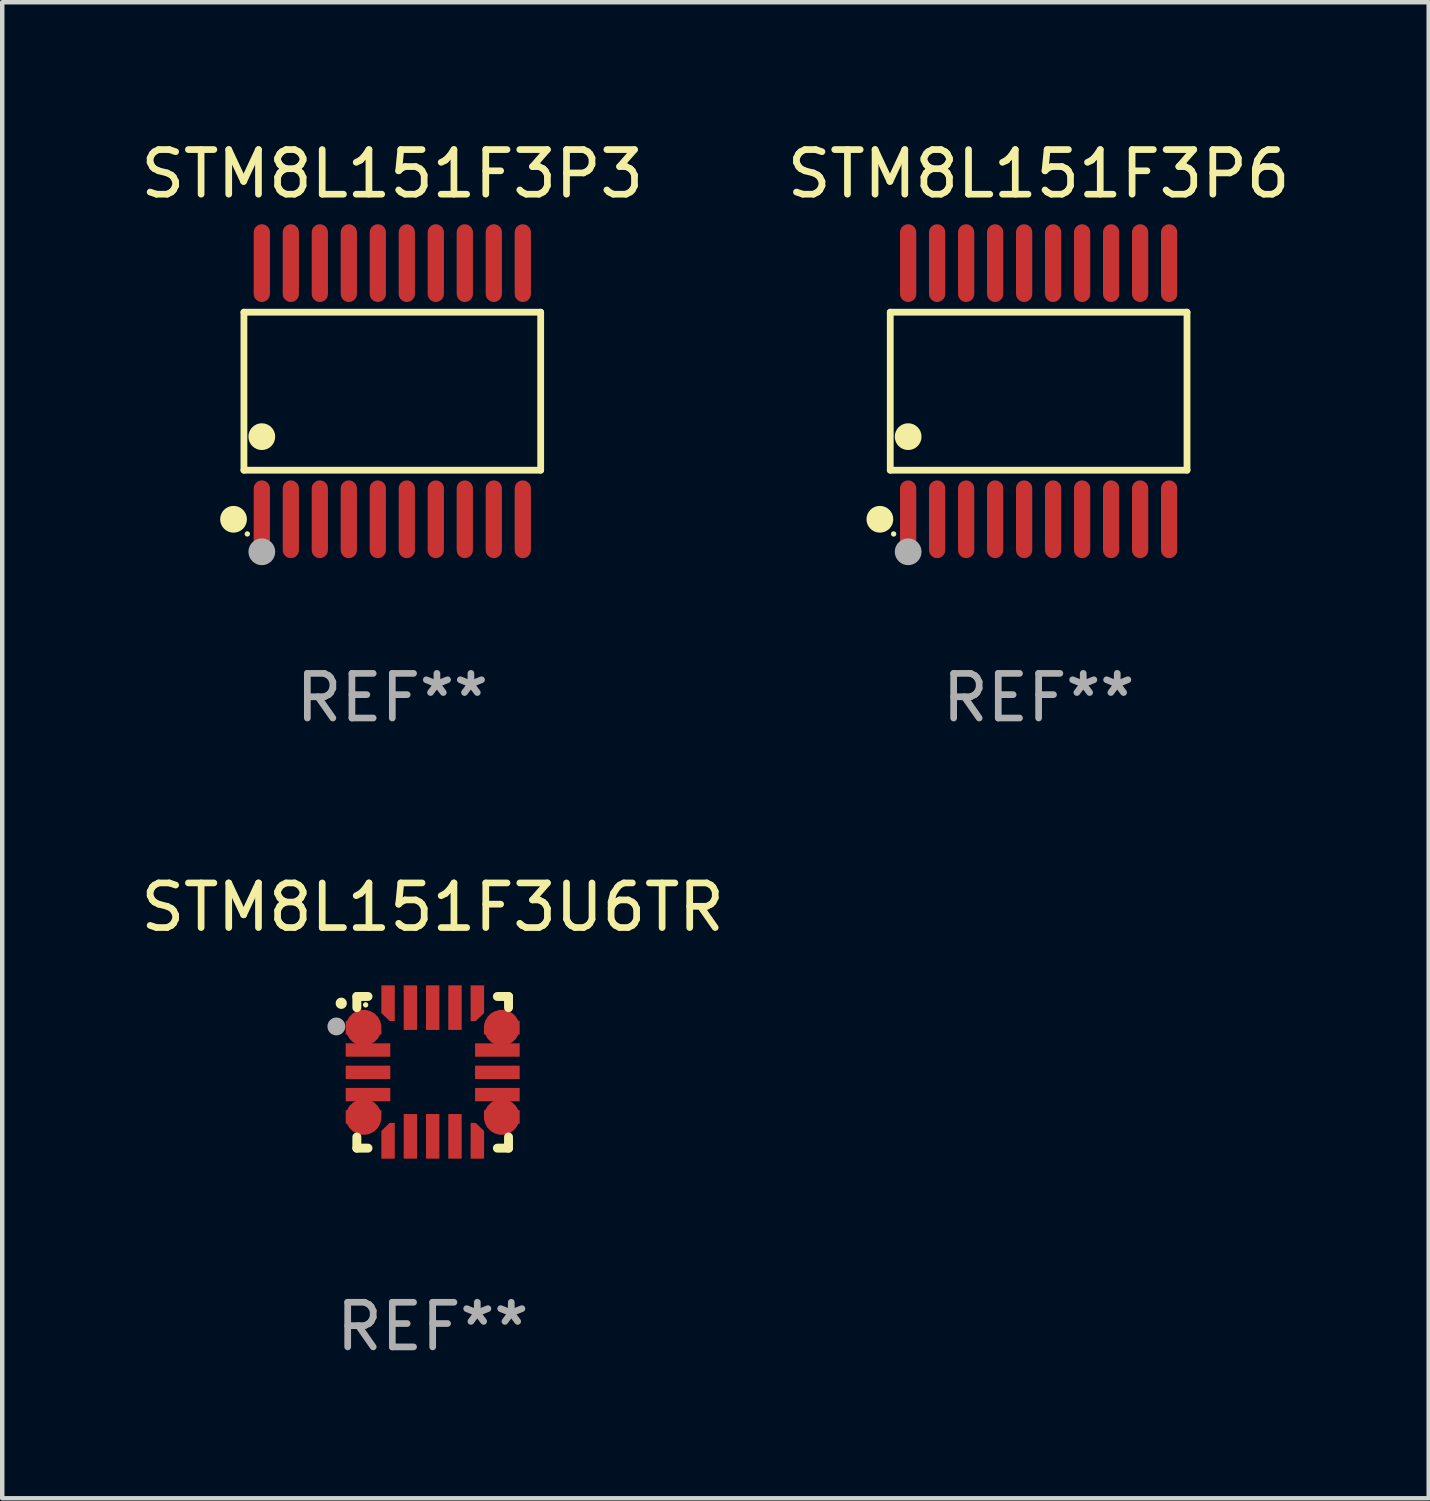
<source format=kicad_pcb>
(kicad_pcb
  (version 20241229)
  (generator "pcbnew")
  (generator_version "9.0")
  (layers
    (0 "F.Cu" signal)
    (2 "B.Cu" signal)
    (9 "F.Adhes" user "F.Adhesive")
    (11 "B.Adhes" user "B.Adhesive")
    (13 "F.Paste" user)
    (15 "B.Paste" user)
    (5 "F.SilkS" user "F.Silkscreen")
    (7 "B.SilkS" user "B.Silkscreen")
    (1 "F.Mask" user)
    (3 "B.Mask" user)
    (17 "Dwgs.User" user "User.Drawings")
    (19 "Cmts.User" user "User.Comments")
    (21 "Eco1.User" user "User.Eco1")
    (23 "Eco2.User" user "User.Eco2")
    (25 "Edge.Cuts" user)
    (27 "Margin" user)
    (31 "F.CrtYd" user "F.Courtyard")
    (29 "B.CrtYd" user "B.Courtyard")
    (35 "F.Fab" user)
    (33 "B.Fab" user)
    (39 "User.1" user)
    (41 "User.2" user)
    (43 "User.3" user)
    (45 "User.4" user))
  (footprint "STM8L151F3P3"
    (layer "F.Cu")
    (at 5.744 5.719)
    (property "Reference" "STM8L151F3P3" (at 0 -4.871 0) (layer "F.SilkS") (effects (font (size 1 1) (thickness 0.15))))
    (attr through_hole)
    (fp_line (start -3.326 -1.771) (end 3.326 -1.771) (stroke (width 0.152) (type solid)) (layer "F.SilkS"))
    (fp_line (start -3.326 1.771) (end -3.326 -1.771) (stroke (width 0.152) (type solid)) (layer "F.SilkS"))
    (fp_line (start 3.326 -1.771) (end 3.326 1.771) (stroke (width 0.152) (type solid)) (layer "F.SilkS"))
    (fp_line (start 3.326 1.771) (end -3.326 1.771) (stroke (width 0.152) (type solid)) (layer "F.SilkS"))
    (fp_circle (center -3.559 2.871) (end -3.409 2.871) (stroke (width 0.3) (type solid)) (fill no) (layer "F.SilkS"))
    (fp_circle (center -3.25 3.2) (end -3.22 3.2) (stroke (width 0.06) (type solid)) (fill no) (layer "F.SilkS"))
    (fp_circle (center -2.925 1.019) (end -2.775 1.019) (stroke (width 0.3) (type solid)) (fill no) (layer "F.SilkS"))
    (fp_circle (center -2.925 3.6) (end -2.775 3.6) (stroke (width 0.3) (type solid)) (fill no) (layer "F.Fab"))
    (fp_text user "REF**" (at 0 6.871 0) (layer "F.Fab") (effects (font (size 1 1) (thickness 0.15))))
    (pad "1" smd oval (at -2.925 2.871) (size 0.364 1.742) (layers "F.Cu" "F.Mask" "F.Paste"))
    (pad "2" smd oval (at -2.275 2.871) (size 0.364 1.742) (layers "F.Cu" "F.Mask" "F.Paste"))
    (pad "3" smd oval (at -1.625 2.871) (size 0.364 1.742) (layers "F.Cu" "F.Mask" "F.Paste"))
    (pad "4" smd oval (at -0.975 2.871) (size 0.364 1.742) (layers "F.Cu" "F.Mask" "F.Paste"))
    (pad "5" smd oval (at -0.325 2.871) (size 0.364 1.742) (layers "F.Cu" "F.Mask" "F.Paste"))
    (pad "6" smd oval (at 0.325 2.871) (size 0.364 1.742) (layers "F.Cu" "F.Mask" "F.Paste"))
    (pad "7" smd oval (at 0.975 2.871) (size 0.364 1.742) (layers "F.Cu" "F.Mask" "F.Paste"))
    (pad "8" smd oval (at 1.625 2.871) (size 0.364 1.742) (layers "F.Cu" "F.Mask" "F.Paste"))
    (pad "9" smd oval (at 2.275 2.871) (size 0.364 1.742) (layers "F.Cu" "F.Mask" "F.Paste"))
    (pad "10" smd oval (at 2.925 2.871) (size 0.364 1.742) (layers "F.Cu" "F.Mask" "F.Paste"))
    (pad "11" smd oval (at 2.925 -2.871) (size 0.364 1.742) (layers "F.Cu" "F.Mask" "F.Paste"))
    (pad "12" smd oval (at 2.275 -2.871) (size 0.364 1.742) (layers "F.Cu" "F.Mask" "F.Paste"))
    (pad "13" smd oval (at 1.625 -2.871) (size 0.364 1.742) (layers "F.Cu" "F.Mask" "F.Paste"))
    (pad "14" smd oval (at 0.975 -2.871) (size 0.364 1.742) (layers "F.Cu" "F.Mask" "F.Paste"))
    (pad "15" smd oval (at 0.325 -2.871) (size 0.364 1.742) (layers "F.Cu" "F.Mask" "F.Paste"))
    (pad "16" smd oval (at -0.325 -2.871) (size 0.364 1.742) (layers "F.Cu" "F.Mask" "F.Paste"))
    (pad "17" smd oval (at -0.975 -2.871) (size 0.364 1.742) (layers "F.Cu" "F.Mask" "F.Paste"))
    (pad "18" smd oval (at -1.625 -2.871) (size 0.364 1.742) (layers "F.Cu" "F.Mask" "F.Paste"))
    (pad "19" smd oval (at -2.275 -2.871) (size 0.364 1.742) (layers "F.Cu" "F.Mask" "F.Paste"))
    (pad "20" smd oval (at -2.925 -2.871) (size 0.364 1.742) (layers "F.Cu" "F.Mask" "F.Paste")))
  (footprint "STM8L151F3P6"
    (layer "F.Cu")
    (at 20.232 5.719)
    (property "Reference" "STM8L151F3P6" (at 0 -4.871 0) (layer "F.SilkS") (effects (font (size 1 1) (thickness 0.15))))
    (attr through_hole)
    (fp_line (start -3.326 -1.771) (end 3.326 -1.771) (stroke (width 0.152) (type solid)) (layer "F.SilkS"))
    (fp_line (start -3.326 1.771) (end -3.326 -1.771) (stroke (width 0.152) (type solid)) (layer "F.SilkS"))
    (fp_line (start 3.326 -1.771) (end 3.326 1.771) (stroke (width 0.152) (type solid)) (layer "F.SilkS"))
    (fp_line (start 3.326 1.771) (end -3.326 1.771) (stroke (width 0.152) (type solid)) (layer "F.SilkS"))
    (fp_circle (center -3.559 2.871) (end -3.409 2.871) (stroke (width 0.3) (type solid)) (fill no) (layer "F.SilkS"))
    (fp_circle (center -3.25 3.2) (end -3.22 3.2) (stroke (width 0.06) (type solid)) (fill no) (layer "F.SilkS"))
    (fp_circle (center -2.925 1.019) (end -2.775 1.019) (stroke (width 0.3) (type solid)) (fill no) (layer "F.SilkS"))
    (fp_circle (center -2.925 3.6) (end -2.775 3.6) (stroke (width 0.3) (type solid)) (fill no) (layer "F.Fab"))
    (fp_text user "REF**" (at 0 6.871 0) (layer "F.Fab") (effects (font (size 1 1) (thickness 0.15))))
    (pad "1" smd oval (at -2.925 2.871) (size 0.364 1.742) (layers "F.Cu" "F.Mask" "F.Paste"))
    (pad "2" smd oval (at -2.275 2.871) (size 0.364 1.742) (layers "F.Cu" "F.Mask" "F.Paste"))
    (pad "3" smd oval (at -1.625 2.871) (size 0.364 1.742) (layers "F.Cu" "F.Mask" "F.Paste"))
    (pad "4" smd oval (at -0.975 2.871) (size 0.364 1.742) (layers "F.Cu" "F.Mask" "F.Paste"))
    (pad "5" smd oval (at -0.325 2.871) (size 0.364 1.742) (layers "F.Cu" "F.Mask" "F.Paste"))
    (pad "6" smd oval (at 0.325 2.871) (size 0.364 1.742) (layers "F.Cu" "F.Mask" "F.Paste"))
    (pad "7" smd oval (at 0.975 2.871) (size 0.364 1.742) (layers "F.Cu" "F.Mask" "F.Paste"))
    (pad "8" smd oval (at 1.625 2.871) (size 0.364 1.742) (layers "F.Cu" "F.Mask" "F.Paste"))
    (pad "9" smd oval (at 2.275 2.871) (size 0.364 1.742) (layers "F.Cu" "F.Mask" "F.Paste"))
    (pad "10" smd oval (at 2.925 2.871) (size 0.364 1.742) (layers "F.Cu" "F.Mask" "F.Paste"))
    (pad "11" smd oval (at 2.925 -2.871) (size 0.364 1.742) (layers "F.Cu" "F.Mask" "F.Paste"))
    (pad "12" smd oval (at 2.275 -2.871) (size 0.364 1.742) (layers "F.Cu" "F.Mask" "F.Paste"))
    (pad "13" smd oval (at 1.625 -2.871) (size 0.364 1.742) (layers "F.Cu" "F.Mask" "F.Paste"))
    (pad "14" smd oval (at 0.975 -2.871) (size 0.364 1.742) (layers "F.Cu" "F.Mask" "F.Paste"))
    (pad "15" smd oval (at 0.325 -2.871) (size 0.364 1.742) (layers "F.Cu" "F.Mask" "F.Paste"))
    (pad "16" smd oval (at -0.325 -2.871) (size 0.364 1.742) (layers "F.Cu" "F.Mask" "F.Paste"))
    (pad "17" smd oval (at -0.975 -2.871) (size 0.364 1.742) (layers "F.Cu" "F.Mask" "F.Paste"))
    (pad "18" smd oval (at -1.625 -2.871) (size 0.364 1.742) (layers "F.Cu" "F.Mask" "F.Paste"))
    (pad "19" smd oval (at -2.275 -2.871) (size 0.364 1.742) (layers "F.Cu" "F.Mask" "F.Paste"))
    (pad "20" smd oval (at -2.925 -2.871) (size 0.364 1.742) (layers "F.Cu" "F.Mask" "F.Paste")))
  (footprint "STM8L151F3U6TR"
    (layer "F.Cu")
    (at 6.649 20.987)
    (property "Reference" "STM8L151F3U6TR" (at 0 -3.7 0) (layer "F.SilkS") (effects (font (size 1 1) (thickness 0.15))))
    (attr through_hole)
    (fp_line (start -1.7 -1.7) (end -1.45 -1.7) (stroke (width 0.2) (type solid)) (layer "F.SilkS"))
    (fp_line (start -1.7 -1.45) (end -1.7 -1.7) (stroke (width 0.2) (type solid)) (layer "F.SilkS"))
    (fp_line (start -1.7 1.45) (end -1.7 1.7) (stroke (width 0.2) (type solid)) (layer "F.SilkS"))
    (fp_line (start -1.7 1.7) (end -1.45 1.7) (stroke (width 0.2) (type solid)) (layer "F.SilkS"))
    (fp_line (start 1.45 -1.7) (end 1.7 -1.7) (stroke (width 0.2) (type solid)) (layer "F.SilkS"))
    (fp_line (start 1.45 1.7) (end 1.7 1.7) (stroke (width 0.2) (type solid)) (layer "F.SilkS"))
    (fp_line (start 1.7 -1.7) (end 1.7 -1.45) (stroke (width 0.2) (type solid)) (layer "F.SilkS"))
    (fp_line (start 1.7 1.7) (end 1.7 1.45) (stroke (width 0.2) (type solid)) (layer "F.SilkS"))
    (fp_arc (start -2.049784 -1.546863) (mid -2.04979 -1.548133) (end -2.049784 -1.549403) (stroke (width 0.25) (type solid)) (layer "F.SilkS"))
    (fp_circle (center -1.503 -1.512) (end -1.473 -1.512) (stroke (width 0.06) (type solid)) (fill no) (layer "F.SilkS"))
    (fp_circle (center -2.159 -1.028) (end -2.059 -1.028) (stroke (width 0.2) (type solid)) (fill no) (layer "F.Fab"))
    (fp_text user "REF**" (at 0 5.7 0) (layer "F.Fab") (effects (font (size 1 1) (thickness 0.15))))
    (pad "1" smd custom (at -1.549 -1) (size 0.803 0.302) (layers "F.Cu" "F.Mask" "F.Paste") (options (anchor circle)) (primitives (gr_poly (pts (xy -0.401 -0.151) (xy 0.221 -0.151) (xy 0.399 0.036) (xy 0.401 0.15) (xy -0.401 0.151)) (width 0) (fill yes))))
    (pad "2" smd rect (at -1.45 -0.5 90) (size 0.3 1) (layers "F.Cu" "F.Mask" "F.Paste"))
    (pad "3" smd rect (at -1.45 0 90) (size 0.3 1) (layers "F.Cu" "F.Mask" "F.Paste"))
    (pad "4" smd rect (at -1.45 0.5 90) (size 0.3 1) (layers "F.Cu" "F.Mask" "F.Paste"))
    (pad "5" smd custom (at -1.549 1.001) (size 0.803 0.302) (layers "F.Cu" "F.Mask" "F.Paste") (options (anchor circle)) (primitives (gr_poly (pts (xy -0.401 0.151) (xy 0.221 0.151) (xy 0.399 -0.037) (xy 0.401 -0.15) (xy -0.401 -0.152)) (width 0) (fill yes))))
    (pad "6" smd custom (at -1 1.552) (size 0.302 0.803) (layers "F.Cu" "F.Mask" "F.Paste") (options (anchor circle)) (primitives (gr_poly (pts (xy -0.151 0.383) (xy -0.151 -0.239) (xy 0.036 -0.418) (xy 0.15 -0.42) (xy 0.151 0.383)) (width 0) (fill yes))))
    (pad "7" smd rect (at -0.5 1.435) (size 0.3 1) (layers "F.Cu" "F.Mask" "F.Paste"))
    (pad "8" smd rect (at 0 1.435) (size 0.3 1) (layers "F.Cu" "F.Mask" "F.Paste"))
    (pad "9" smd rect (at 0.5 1.435) (size 0.3 1) (layers "F.Cu" "F.Mask" "F.Paste"))
    (pad "10" smd custom (at 1.001 1.552) (size 0.302 0.803) (layers "F.Cu" "F.Mask" "F.Paste") (options (anchor circle)) (primitives (gr_poly (pts (xy 0.151 0.383) (xy 0.151 -0.239) (xy -0.036 -0.418) (xy -0.15 -0.42) (xy -0.151 0.383)) (width 0) (fill yes))))
    (pad "11" smd custom (at 1.549 1.001) (size 0.803 0.302) (layers "F.Cu" "F.Mask" "F.Paste") (options (anchor circle)) (primitives (gr_poly (pts (xy 0.401 0.151) (xy -0.221 0.151) (xy -0.399 -0.037) (xy -0.401 -0.15) (xy 0.401 -0.152)) (width 0) (fill yes))))
    (pad "12" smd rect (at 1.45 0.5 90) (size 0.3 1) (layers "F.Cu" "F.Mask" "F.Paste"))
    (pad "13" smd rect (at 1.45 0 90) (size 0.3 1) (layers "F.Cu" "F.Mask" "F.Paste"))
    (pad "14" smd rect (at 1.45 -0.5 90) (size 0.3 1) (layers "F.Cu" "F.Mask" "F.Paste"))
    (pad "15" smd custom (at 1.549 -1) (size 0.803 0.302) (layers "F.Cu" "F.Mask" "F.Paste") (options (anchor circle)) (primitives (gr_poly (pts (xy 0.401 -0.151) (xy -0.221 -0.151) (xy -0.399 0.036) (xy -0.401 0.15) (xy 0.401 0.151)) (width 0) (fill yes))))
    (pad "16" smd custom (at 1.001 -1.567) (size 0.302 0.803) (layers "F.Cu" "F.Mask" "F.Paste") (options (anchor circle)) (primitives (gr_poly (pts (xy 0.151 -0.383) (xy 0.151 0.239) (xy -0.036 0.418) (xy -0.15 0.42) (xy -0.151 -0.383)) (width 0) (fill yes))))
    (pad "17" smd rect (at 0.5 -1.45) (size 0.3 1) (layers "F.Cu" "F.Mask" "F.Paste"))
    (pad "18" smd rect (at 0 -1.45) (size 0.3 1) (layers "F.Cu" "F.Mask" "F.Paste"))
    (pad "19" smd rect (at -0.5 -1.45) (size 0.3 1) (layers "F.Cu" "F.Mask" "F.Paste"))
    (pad "20" smd custom (at -1 -1.567) (size 0.302 0.803) (layers "F.Cu" "F.Mask" "F.Paste") (options (anchor circle)) (primitives (gr_poly (pts (xy -0.151 -0.383) (xy -0.151 0.239) (xy 0.036 0.418) (xy 0.15 0.42) (xy 0.151 -0.383)) (width 0) (fill yes)))))
  (gr_rect
    (start -3 -3)
    (end 28.976 30.535)
    (stroke (width 0.1) (type default))
    (fill no)
    (layer "Edge.Cuts")))
</source>
